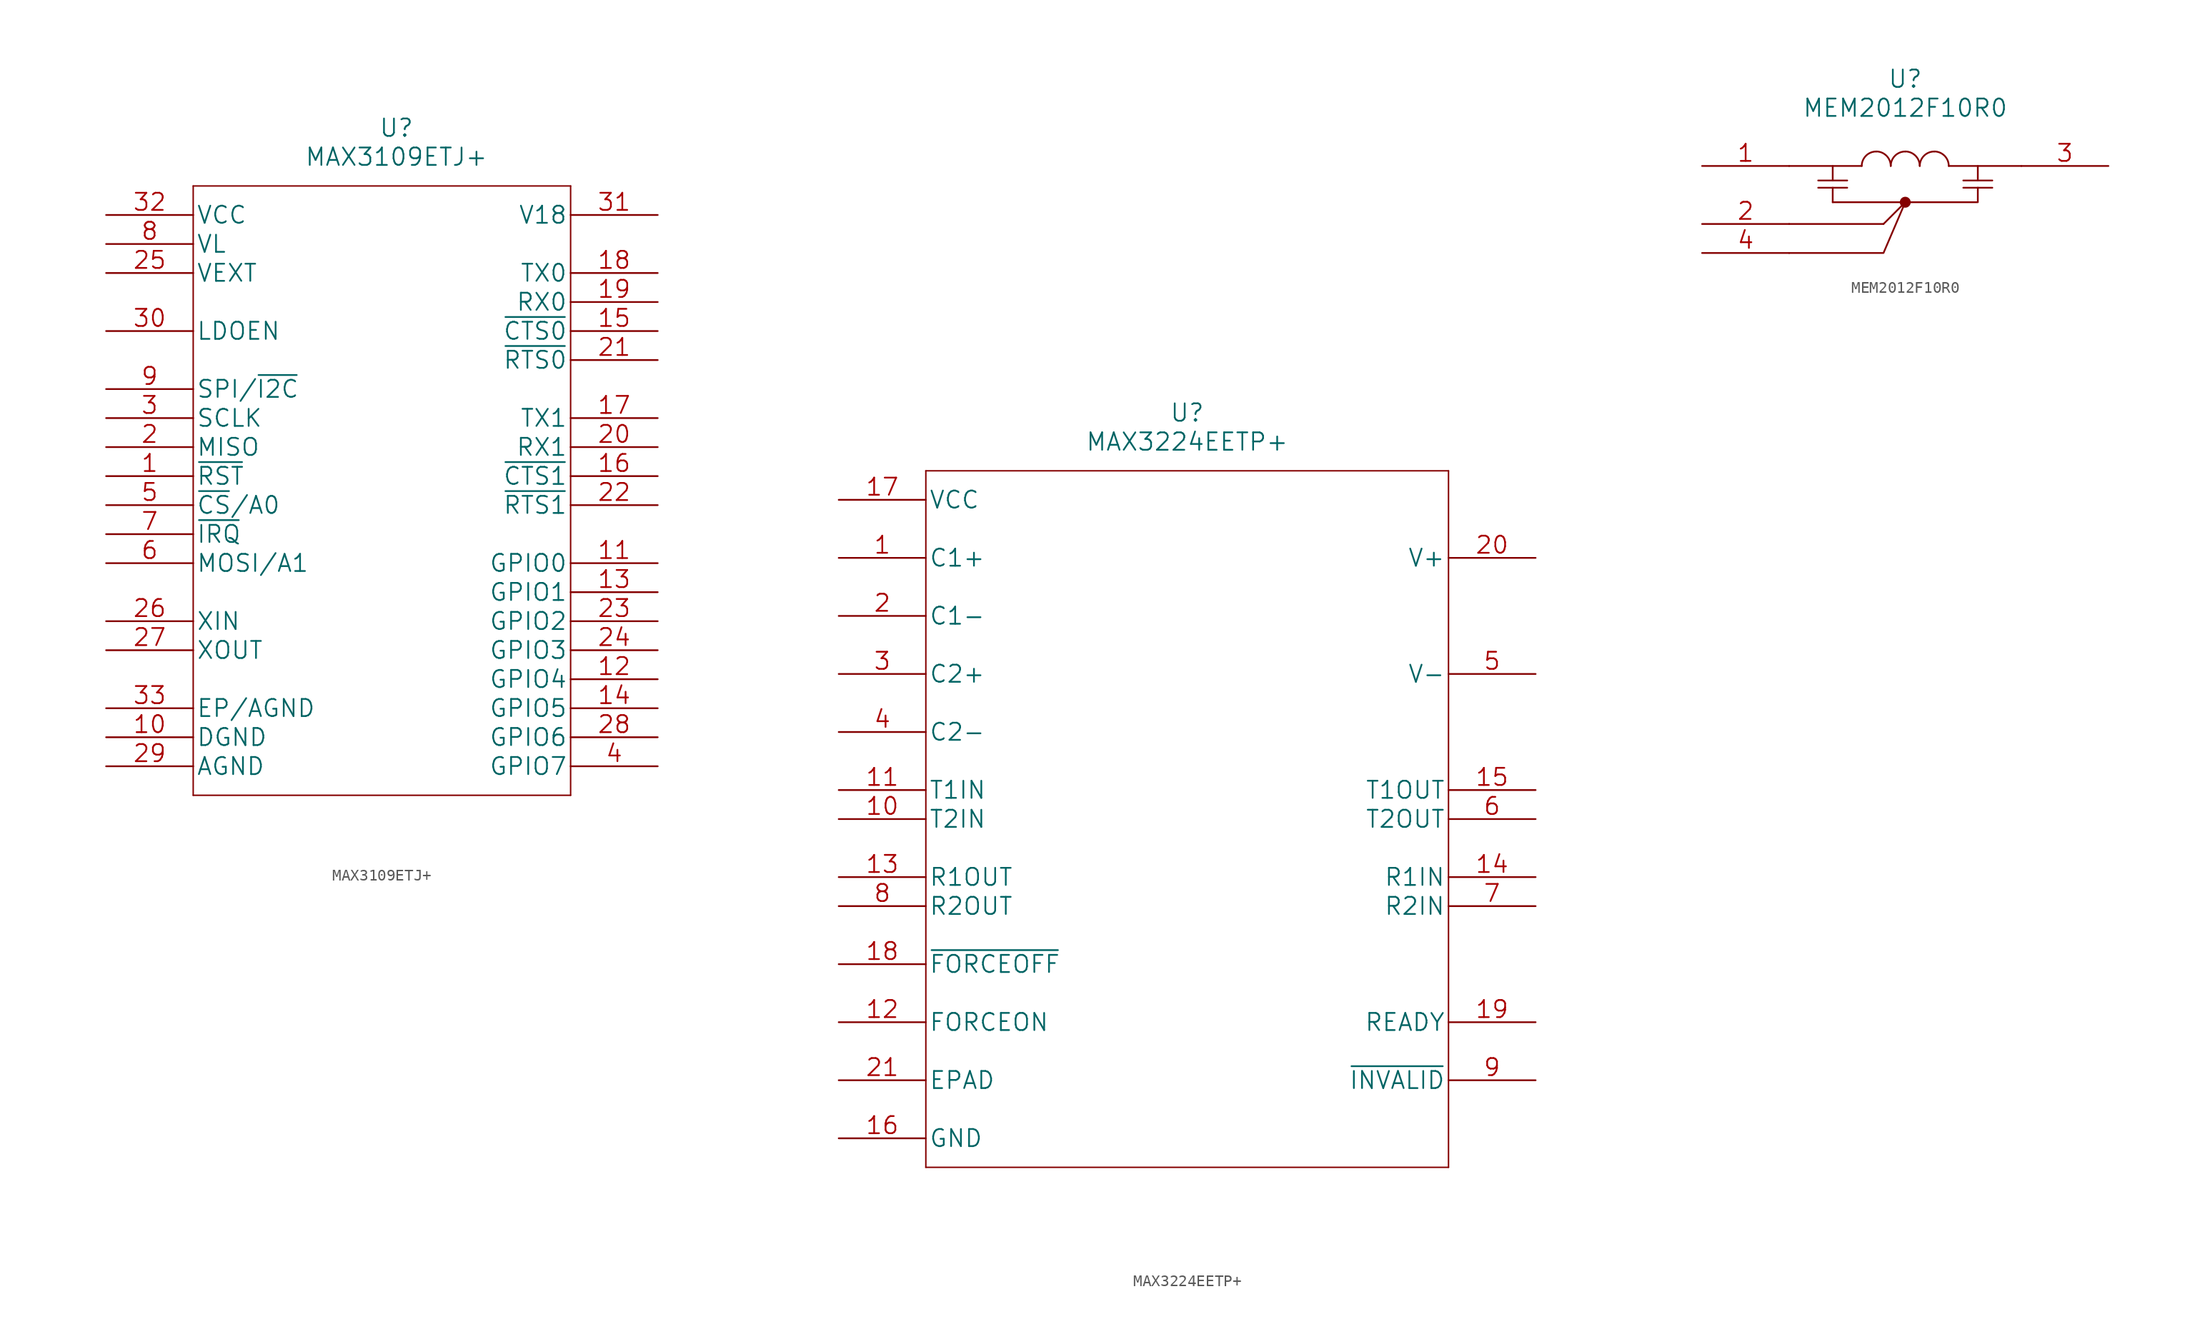
<source format=kicad_sym>
(kicad_symbol_lib
  (version 20220914)
  (generator kicad_symbol_editor)
  (symbol "MAX3109ETJ+"
    (pin_names
      (offset 0.254))
    (property "Reference" "U"
      (at 0 30.48 0)
      (effects (font (size 1.524 1.524))))
    (property "Value" "MAX3109ETJ+"
      (at 0 27.94 0)
      (effects (font (size 1.524 1.524))))
    (property "Datasheet" ""
      (at -25.4 10.16 0)
      (effects (font (size 1.524 1.524))))
    (symbol "MAX3109ETJ+_1_1"
      (polyline (pts (xy -17.78 -27.94) (xy 15.24 -27.94)) (stroke (width 0.127) (type default)) (fill (type none)))
      (polyline (pts (xy -17.78 25.4) (xy -17.78 -27.94)) (stroke (width 0.127) (type default)) (fill (type none)))
      (polyline (pts (xy 15.24 -27.94) (xy 15.24 25.4)) (stroke (width 0.127) (type default)) (fill (type none)))
      (polyline (pts (xy 15.24 25.4) (xy -17.78 25.4)) (stroke (width 0.127) (type default)) (fill (type none)))
      (pin input line (at -25.4 0 0) (length 7.62) (name "~{RST}" (effects (font (size 1.499 1.499)))) (number "1" (effects (font (size 1.499 1.499)))))
      (pin power_in line (at -25.4 -22.86 0) (length 7.62) (name "DGND" (effects (font (size 1.499 1.499)))) (number "10" (effects (font (size 1.499 1.499)))))
      (pin bidirectional line (at 22.86 -7.62 180) (length 7.62) (name "GPIO0" (effects (font (size 1.499 1.499)))) (number "11" (effects (font (size 1.499 1.499)))))
      (pin bidirectional line (at 22.86 -17.78 180) (length 7.62) (name "GPIO4" (effects (font (size 1.499 1.499)))) (number "12" (effects (font (size 1.499 1.499)))))
      (pin bidirectional line (at 22.86 -10.16 180) (length 7.62) (name "GPIO1" (effects (font (size 1.499 1.499)))) (number "13" (effects (font (size 1.499 1.499)))))
      (pin bidirectional line (at 22.86 -20.32 180) (length 7.62) (name "GPIO5" (effects (font (size 1.499 1.499)))) (number "14" (effects (font (size 1.499 1.499)))))
      (pin input line (at 22.86 12.7 180) (length 7.62) (name "~{CTS0}" (effects (font (size 1.499 1.499)))) (number "15" (effects (font (size 1.499 1.499)))))
      (pin input line (at 22.86 0 180) (length 7.62) (name "~{CTS1}" (effects (font (size 1.499 1.499)))) (number "16" (effects (font (size 1.499 1.499)))))
      (pin output line (at 22.86 5.08 180) (length 7.62) (name "TX1" (effects (font (size 1.499 1.499)))) (number "17" (effects (font (size 1.499 1.499)))))
      (pin output line (at 22.86 17.78 180) (length 7.62) (name "TX0" (effects (font (size 1.499 1.499)))) (number "18" (effects (font (size 1.499 1.499)))))
      (pin input line (at 22.86 15.24 180) (length 7.62) (name "RX0" (effects (font (size 1.499 1.499)))) (number "19" (effects (font (size 1.499 1.499)))))
      (pin output line (at -25.4 2.54 0) (length 7.62) (name "MISO" (effects (font (size 1.499 1.499)))) (number "2" (effects (font (size 1.499 1.499)))) (alternate "SDA" bidirectional line))
      (pin input line (at 22.86 2.54 180) (length 7.62) (name "RX1" (effects (font (size 1.499 1.499)))) (number "20" (effects (font (size 1.499 1.499)))))
      (pin output line (at 22.86 10.16 180) (length 7.62) (name "~{RTS0}" (effects (font (size 1.499 1.499)))) (number "21" (effects (font (size 1.499 1.499)))))
      (pin output line (at 22.86 -2.54 180) (length 7.62) (name "~{RTS1}" (effects (font (size 1.499 1.499)))) (number "22" (effects (font (size 1.499 1.499)))))
      (pin bidirectional line (at 22.86 -12.7 180) (length 7.62) (name "GPIO2" (effects (font (size 1.499 1.499)))) (number "23" (effects (font (size 1.499 1.499)))))
      (pin bidirectional line (at 22.86 -15.24 180) (length 7.62) (name "GPIO3" (effects (font (size 1.499 1.499)))) (number "24" (effects (font (size 1.499 1.499)))))
      (pin power_in line (at -25.4 17.78 0) (length 7.62) (name "VEXT" (effects (font (size 1.499 1.499)))) (number "25" (effects (font (size 1.499 1.499)))))
      (pin input line (at -25.4 -12.7 0) (length 7.62) (name "XIN" (effects (font (size 1.499 1.499)))) (number "26" (effects (font (size 1.499 1.499)))))
      (pin output line (at -25.4 -15.24 0) (length 7.62) (name "XOUT" (effects (font (size 1.499 1.499)))) (number "27" (effects (font (size 1.499 1.499)))))
      (pin bidirectional line (at 22.86 -22.86 180) (length 7.62) (name "GPIO6" (effects (font (size 1.499 1.499)))) (number "28" (effects (font (size 1.499 1.499)))))
      (pin power_in line (at -25.4 -25.4 0) (length 7.62) (name "AGND" (effects (font (size 1.499 1.499)))) (number "29" (effects (font (size 1.499 1.499)))))
      (pin input line (at -25.4 5.08 0) (length 7.62) (name "SCLK" (effects (font (size 1.499 1.499)))) (number "3" (effects (font (size 1.499 1.499)))) (alternate "SCL" input line))
      (pin input line (at -25.4 12.7 0) (length 7.62) (name "LDOEN" (effects (font (size 1.499 1.499)))) (number "30" (effects (font (size 1.499 1.499)))))
      (pin power_in line (at 22.86 22.86 180) (length 7.62) (name "V18" (effects (font (size 1.499 1.499)))) (number "31" (effects (font (size 1.499 1.499)))) (alternate "V18-OUT" power_out line))
      (pin power_in line (at -25.4 22.86 0) (length 7.62) (name "VCC" (effects (font (size 1.499 1.499)))) (number "32" (effects (font (size 1.499 1.499)))))
      (pin power_in line (at -25.4 -20.32 0) (length 7.62) (name "EP/AGND" (effects (font (size 1.499 1.499)))) (number "33" (effects (font (size 1.499 1.499)))))
      (pin bidirectional line (at 22.86 -25.4 180) (length 7.62) (name "GPIO7" (effects (font (size 1.499 1.499)))) (number "4" (effects (font (size 1.499 1.499)))))
      (pin input line (at -25.4 -2.54 0) (length 7.62) (name "~{CS}/A0" (effects (font (size 1.499 1.499)))) (number "5" (effects (font (size 1.499 1.499)))))
      (pin input line (at -25.4 -7.62 0) (length 7.62) (name "MOSI/A1" (effects (font (size 1.499 1.499)))) (number "6" (effects (font (size 1.499 1.499)))))
      (pin open_collector line (at -25.4 -5.08 0) (length 7.62) (name "~{IRQ}" (effects (font (size 1.499 1.499)))) (number "7" (effects (font (size 1.499 1.499)))))
      (pin power_in line (at -25.4 20.32 0) (length 7.62) (name "VL" (effects (font (size 1.499 1.499)))) (number "8" (effects (font (size 1.499 1.499)))))
      (pin input line (at -25.4 7.62 0) (length 7.62) (name "SPI/~{I2C}" (effects (font (size 1.499 1.499)))) (number "9" (effects (font (size 1.499 1.499)))))))
  (symbol "MAX3224EETP+"
    (pin_names
      (offset 0.254))
    (property "Reference" "U"
      (at 30.48 7.62 0)
      (effects (font (size 1.524 1.524))))
    (property "Value" "MAX3224EETP+"
      (at 30.48 5.08 0)
      (effects (font (size 1.524 1.524))))
    (property "Datasheet" ""
      (at 12.7 30.48 0)
      (effects (font (size 1.524 1.524))))
    (symbol "MAX3224EETP+_1_1"
      (polyline (pts (xy 7.62 -58.42) (xy 53.34 -58.42)) (stroke (width 0.127) (type default)) (fill (type none)))
      (polyline (pts (xy 7.62 2.54) (xy 7.62 -58.42)) (stroke (width 0.127) (type default)) (fill (type none)))
      (polyline (pts (xy 53.34 -58.42) (xy 53.34 2.54)) (stroke (width 0.127) (type default)) (fill (type none)))
      (polyline (pts (xy 53.34 2.54) (xy 7.62 2.54)) (stroke (width 0.127) (type default)) (fill (type none)))
      (pin power_out line (at 0 -5.08 0) (length 7.62) (name "C1+" (effects (font (size 1.499 1.499)))) (number "1" (effects (font (size 1.499 1.499)))))
      (pin input line (at 0 -27.94 0) (length 7.62) (name "T2IN" (effects (font (size 1.499 1.499)))) (number "10" (effects (font (size 1.499 1.499)))))
      (pin input line (at 0 -25.4 0) (length 7.62) (name "T1IN" (effects (font (size 1.499 1.499)))) (number "11" (effects (font (size 1.499 1.499)))))
      (pin input line (at 0 -45.72 0) (length 7.62) (name "FORCEON" (effects (font (size 1.499 1.499)))) (number "12" (effects (font (size 1.499 1.499)))))
      (pin output line (at 0 -33.02 0) (length 7.62) (name "R1OUT" (effects (font (size 1.499 1.499)))) (number "13" (effects (font (size 1.499 1.499)))))
      (pin input line (at 60.96 -33.02 180) (length 7.62) (name "R1IN" (effects (font (size 1.499 1.499)))) (number "14" (effects (font (size 1.499 1.499)))))
      (pin output line (at 60.96 -25.4 180) (length 7.62) (name "T1OUT" (effects (font (size 1.499 1.499)))) (number "15" (effects (font (size 1.499 1.499)))))
      (pin power_in line (at 0 -55.88 0) (length 7.62) (name "GND" (effects (font (size 1.499 1.499)))) (number "16" (effects (font (size 1.499 1.499)))))
      (pin power_in line (at 0 0 0) (length 7.62) (name "VCC" (effects (font (size 1.499 1.499)))) (number "17" (effects (font (size 1.499 1.499)))))
      (pin input line (at 0 -40.64 0) (length 7.62) (name "~{FORCEOFF}" (effects (font (size 1.499 1.499)))) (number "18" (effects (font (size 1.499 1.499)))))
      (pin output line (at 60.96 -45.72 180) (length 7.62) (name "READY" (effects (font (size 1.499 1.499)))) (number "19" (effects (font (size 1.499 1.499)))))
      (pin power_out line (at 0 -10.16 0) (length 7.62) (name "C1-" (effects (font (size 1.499 1.499)))) (number "2" (effects (font (size 1.499 1.499)))))
      (pin power_out line (at 60.96 -5.08 180) (length 7.62) (name "V+" (effects (font (size 1.499 1.499)))) (number "20" (effects (font (size 1.499 1.499)))))
      (pin passive line (at 0 -50.8 0) (length 7.62) (name "EPAD" (effects (font (size 1.499 1.499)))) (number "21" (effects (font (size 1.499 1.499)))))
      (pin power_out line (at 0 -15.24 0) (length 7.62) (name "C2+" (effects (font (size 1.499 1.499)))) (number "3" (effects (font (size 1.499 1.499)))))
      (pin power_out line (at 0 -20.32 0) (length 7.62) (name "C2-" (effects (font (size 1.499 1.499)))) (number "4" (effects (font (size 1.499 1.499)))))
      (pin power_out line (at 60.96 -15.24 180) (length 7.62) (name "V-" (effects (font (size 1.499 1.499)))) (number "5" (effects (font (size 1.499 1.499)))))
      (pin output line (at 60.96 -27.94 180) (length 7.62) (name "T2OUT" (effects (font (size 1.499 1.499)))) (number "6" (effects (font (size 1.499 1.499)))))
      (pin input line (at 60.96 -35.56 180) (length 7.62) (name "R2IN" (effects (font (size 1.499 1.499)))) (number "7" (effects (font (size 1.499 1.499)))))
      (pin output line (at 0 -35.56 0) (length 7.62) (name "R2OUT" (effects (font (size 1.499 1.499)))) (number "8" (effects (font (size 1.499 1.499)))))
      (pin output line (at 60.96 -50.8 180) (length 7.62) (name "~{INVALID}" (effects (font (size 1.499 1.499)))) (number "9" (effects (font (size 1.499 1.499)))))))
  (symbol "MEM2012F10R0"
    (pin_names
      (offset 0.254))
    (property "Reference" "U"
      (at 17.78 7.62 0)
      (effects (font (size 1.524 1.524))))
    (property "Value" "MEM2012F10R0"
      (at 17.78 5.08 0)
      (effects (font (size 1.524 1.524))))
    (property "Datasheet" ""
      (at 0 0 0)
      (effects (font (size 1.524 1.524))))
    (symbol "MEM2012F10R0_0_1"
      (polyline (pts (xy 7.62 -5.08) (xy 15.875 -5.08)) (stroke (width 0) (type default)) (fill (type none)))
      (polyline (pts (xy 11.43 -3.175) (xy 11.43 -1.905)) (stroke (width 0) (type default)) (fill (type none)))
      (polyline (pts (xy 15.875 -5.08) (xy 17.78 -3.175)) (stroke (width 0) (type default)) (fill (type none)))
      (polyline (pts (xy 7.62 -7.62) (xy 15.875 -7.62) (xy 17.78 -3.175)) (stroke (width 0) (type default)) (fill (type none)))
      (polyline (pts (xy 11.43 -3.175) (xy 24.13 -3.175) (xy 24.13 -1.905)) (stroke (width 0) (type default)) (fill (type none)))
      (arc (start 15.24 1.27) (mid 14.342 0.898) (end 13.97 0) (stroke (width 0) (type default)) (fill (type none)))
      (arc (start 16.51 0) (mid 16.138 0.898) (end 15.24 1.27) (stroke (width 0) (type default)) (fill (type none)))
      (circle (center 17.78 -3.175) (radius 0.402) (stroke (width 0) (type default)) (fill (type outline)))
      (arc (start 17.78 1.27) (mid 16.882 0.898) (end 16.51 0) (stroke (width 0) (type default)) (fill (type none)))
      (arc (start 19.05 0) (mid 18.678 0.898) (end 17.78 1.27) (stroke (width 0) (type default)) (fill (type none)))
      (arc (start 20.32 1.27) (mid 19.422 0.898) (end 19.05 0) (stroke (width 0) (type default)) (fill (type none)))
      (arc (start 21.59 0) (mid 21.218 0.898) (end 20.32 1.27) (stroke (width 0) (type default)) (fill (type none))))
    (symbol "MEM2012F10R0_1_1"
      (polyline (pts (xy 7.62 0) (xy 13.97 0)) (stroke (width 0) (type default)) (fill (type none)))
      (polyline (pts (xy 11.43 0) (xy 11.43 -1.27)) (stroke (width 0) (type default)) (fill (type none)))
      (polyline (pts (xy 12.7 -1.905) (xy 10.16 -1.905)) (stroke (width 0) (type default)) (fill (type none)))
      (polyline (pts (xy 12.7 -1.27) (xy 10.16 -1.27)) (stroke (width 0) (type default)) (fill (type none)))
      (polyline (pts (xy 21.59 0) (xy 27.94 0)) (stroke (width 0) (type default)) (fill (type none)))
      (polyline (pts (xy 24.13 0) (xy 24.13 -1.27)) (stroke (width 0) (type default)) (fill (type none)))
      (polyline (pts (xy 25.4 -1.905) (xy 22.86 -1.905)) (stroke (width 0) (type default)) (fill (type none)))
      (polyline (pts (xy 25.4 -1.27) (xy 22.86 -1.27)) (stroke (width 0) (type default)) (fill (type none)))
      (pin passive line (at 0 0 0) (length 7.62) (name "~" (effects (font (size 1.499 1.499)))) (number "1" (effects (font (size 1.499 1.499)))))
      (pin power_in line (at 0 -5.08 0) (length 7.62) (name "~" (effects (font (size 1.499 1.499)))) (number "2" (effects (font (size 1.499 1.499)))))
      (pin passive line (at 35.56 0 180) (length 7.62) (name "~" (effects (font (size 1.499 1.499)))) (number "3" (effects (font (size 1.499 1.499)))))
      (pin power_in line (at 0 -7.62 0) (length 7.62) (name "~" (effects (font (size 1.499 1.499)))) (number "4" (effects (font (size 1.499 1.499))))))))
</source>
